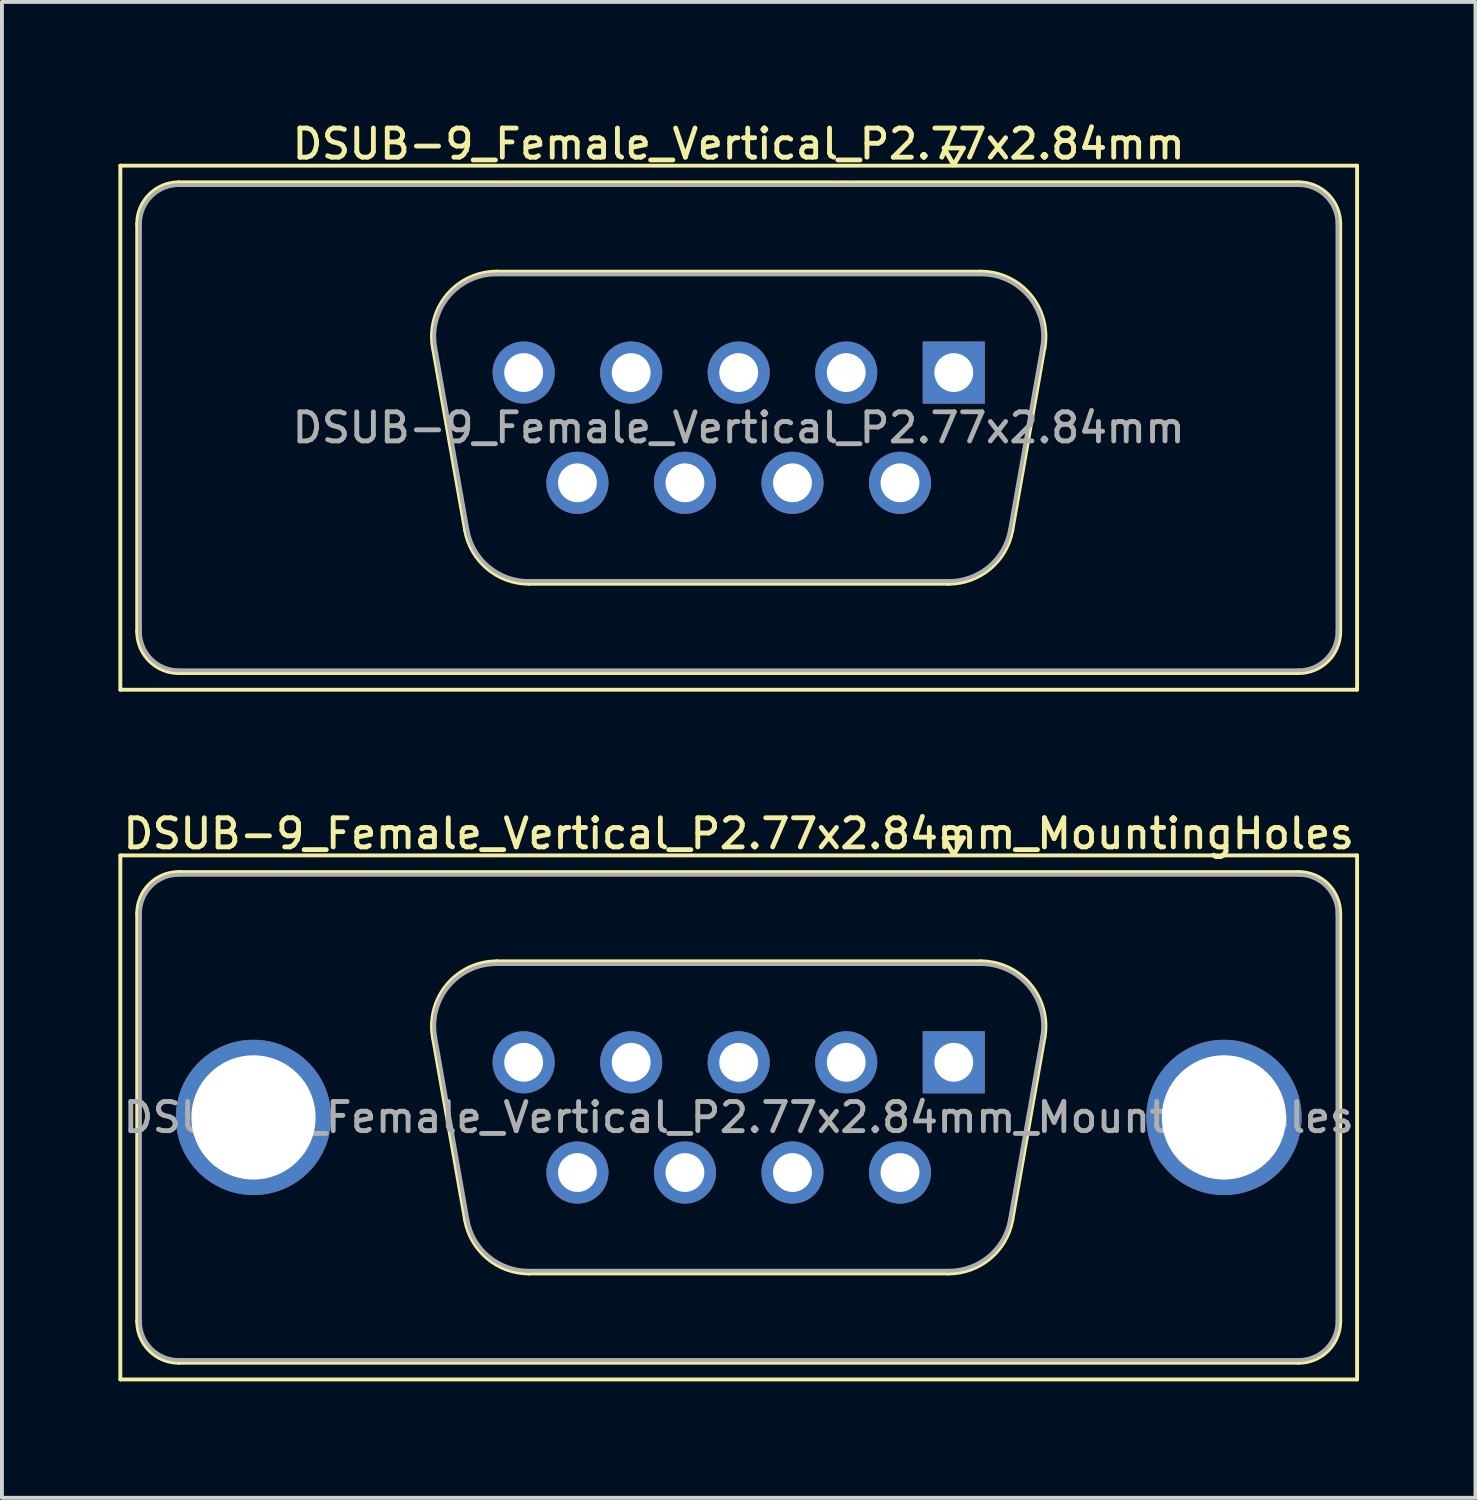
<source format=kicad_pcb>
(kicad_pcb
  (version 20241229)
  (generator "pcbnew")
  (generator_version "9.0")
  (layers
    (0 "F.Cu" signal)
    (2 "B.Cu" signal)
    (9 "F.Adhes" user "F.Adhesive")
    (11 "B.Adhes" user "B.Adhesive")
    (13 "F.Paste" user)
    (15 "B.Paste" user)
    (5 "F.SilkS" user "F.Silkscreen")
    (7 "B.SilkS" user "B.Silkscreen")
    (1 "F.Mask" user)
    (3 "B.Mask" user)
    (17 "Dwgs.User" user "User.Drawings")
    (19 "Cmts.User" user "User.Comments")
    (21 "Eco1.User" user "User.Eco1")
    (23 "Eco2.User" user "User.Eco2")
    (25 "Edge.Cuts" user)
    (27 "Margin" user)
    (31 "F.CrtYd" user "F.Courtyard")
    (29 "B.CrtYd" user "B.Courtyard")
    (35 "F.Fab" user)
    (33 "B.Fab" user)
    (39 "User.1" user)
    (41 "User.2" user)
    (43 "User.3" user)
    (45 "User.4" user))
  (footprint "DSUB-9_Female_Vertical_P2.77x2.84mm"
    (layer "F.Cu")
    (at 21.52 6.548)
    (property "Reference" "DSUB-9_Female_Vertical_P2.77x2.84mm" (at -5.54 -5.89 0) (layer "F.SilkS") (effects (font (size 0.75 0.75) (thickness 0.125))))
    (attr through_hole)
    (fp_line (start -21.47 -5.33) (end -21.47 8.17) (stroke (width 0.1) (type solid)) (layer "F.SilkS"))
    (fp_line (start -21.47 8.17) (end 10.39 8.17) (stroke (width 0.1) (type solid)) (layer "F.SilkS"))
    (fp_line (start -21.025 6.67) (end -21.025 -3.83) (stroke (width 0.12) (type solid)) (layer "F.SilkS"))
    (fp_line (start -19.965 -4.89) (end 8.885 -4.89) (stroke (width 0.12) (type solid)) (layer "F.SilkS"))
    (fp_line (start -13.406 -0.642) (end -12.578 4.058) (stroke (width 0.12) (type solid)) (layer "F.SilkS"))
    (fp_line (start -11.772 -2.59) (end 0.692 -2.59) (stroke (width 0.12) (type solid)) (layer "F.SilkS"))
    (fp_line (start -10.943 5.43) (end -0.137 5.43) (stroke (width 0.12) (type solid)) (layer "F.SilkS"))
    (fp_line (start -0.25 -5.784) (end 0.25 -5.784) (stroke (width 0.12) (type solid)) (layer "F.SilkS"))
    (fp_line (start 0 -5.351) (end -0.25 -5.784) (stroke (width 0.12) (type solid)) (layer "F.SilkS"))
    (fp_line (start 0.25 -5.784) (end 0 -5.351) (stroke (width 0.12) (type solid)) (layer "F.SilkS"))
    (fp_line (start 2.326 -0.642) (end 1.498 4.058) (stroke (width 0.12) (type solid)) (layer "F.SilkS"))
    (fp_line (start 8.885 7.73) (end -19.965 7.73) (stroke (width 0.12) (type solid)) (layer "F.SilkS"))
    (fp_line (start 9.945 -3.83) (end 9.945 6.67) (stroke (width 0.12) (type solid)) (layer "F.SilkS"))
    (fp_line (start 10.39 -5.33) (end -21.47 -5.33) (stroke (width 0.1) (type solid)) (layer "F.SilkS"))
    (fp_line (start 10.39 8.17) (end 10.39 -5.33) (stroke (width 0.1) (type solid)) (layer "F.SilkS"))
    (fp_arc (start -21.025 -3.83) (mid -20.714533 -4.579533) (end -19.965 -4.89) (stroke (width 0.12) (type solid)) (layer "F.SilkS"))
    (fp_arc (start -19.965 7.73) (mid -20.714533 7.419533) (end -21.025 6.67) (stroke (width 0.12) (type solid)) (layer "F.SilkS"))
    (fp_arc (start -13.40647 -0.641744) (mid -13.043323 -1.997027) (end -11.771689 -2.59) (stroke (width 0.12) (type solid)) (layer "F.SilkS"))
    (fp_arc (start -10.942952 5.43) (mid -12.00998 5.041634) (end -12.577733 4.058256) (stroke (width 0.12) (type solid)) (layer "F.SilkS"))
    (fp_arc (start 0.691689 -2.59) (mid 1.963323 -1.997027) (end 2.32647 -0.641744) (stroke (width 0.12) (type solid)) (layer "F.SilkS"))
    (fp_arc (start 1.497733 4.058256) (mid 0.92998 5.041634) (end -0.137048 5.43) (stroke (width 0.12) (type solid)) (layer "F.SilkS"))
    (fp_arc (start 8.885 -4.89) (mid 9.634533 -4.579533) (end 9.945 -3.83) (stroke (width 0.12) (type solid)) (layer "F.SilkS"))
    (fp_arc (start 9.945 6.67) (mid 9.634533 7.419533) (end 8.885 7.73) (stroke (width 0.12) (type solid)) (layer "F.SilkS"))
    (fp_line (start -20.965 6.67) (end -20.965 -3.83) (stroke (width 0.1) (type solid)) (layer "F.Fab"))
    (fp_line (start -19.965 -4.83) (end 8.885 -4.83) (stroke (width 0.1) (type solid)) (layer "F.Fab"))
    (fp_line (start -13.359 -0.652) (end -12.53 4.048) (stroke (width 0.1) (type solid)) (layer "F.Fab"))
    (fp_line (start -11.783 -2.53) (end 0.703 -2.53) (stroke (width 0.1) (type solid)) (layer "F.Fab"))
    (fp_line (start -10.954 5.37) (end -0.126 5.37) (stroke (width 0.1) (type solid)) (layer "F.Fab"))
    (fp_line (start 2.279 -0.652) (end 1.45 4.048) (stroke (width 0.1) (type solid)) (layer "F.Fab"))
    (fp_line (start 8.885 7.67) (end -19.965 7.67) (stroke (width 0.1) (type solid)) (layer "F.Fab"))
    (fp_line (start 9.885 -3.83) (end 9.885 6.67) (stroke (width 0.1) (type solid)) (layer "F.Fab"))
    (fp_arc (start -20.965 -3.83) (mid -20.672107 -4.537107) (end -19.965 -4.83) (stroke (width 0.1) (type solid)) (layer "F.Fab"))
    (fp_arc (start -19.965 7.67) (mid -20.672107 7.377107) (end -20.965 6.67) (stroke (width 0.1) (type solid)) (layer "F.Fab"))
    (fp_arc (start -13.358887 -0.652163) (mid -13.008865 -1.95846) (end -11.783194 -2.53) (stroke (width 0.1) (type solid)) (layer "F.Fab"))
    (fp_arc (start -10.954457 5.37) (mid -11.982918 4.995671) (end -12.53015 4.047837) (stroke (width 0.1) (type solid)) (layer "F.Fab"))
    (fp_arc (start 0.703194 -2.53) (mid 1.928865 -1.95846) (end 2.278887 -0.652163) (stroke (width 0.1) (type solid)) (layer "F.Fab"))
    (fp_arc (start 1.45015 4.047837) (mid 0.902918 4.995671) (end -0.125543 5.37) (stroke (width 0.1) (type solid)) (layer "F.Fab"))
    (fp_arc (start 8.885 -4.83) (mid 9.592107 -4.537107) (end 9.885 -3.83) (stroke (width 0.1) (type solid)) (layer "F.Fab"))
    (fp_arc (start 9.885 6.67) (mid 9.592107 7.377107) (end 8.885 7.67) (stroke (width 0.1) (type solid)) (layer "F.Fab"))
    (fp_text user "${REFERENCE}" (at -5.54 1.42 0) (layer "F.Fab") (effects (font (size 0.75 0.75) (thickness 0.125))))
    (pad "1" thru_hole rect (at 0 0) (size 1.6 1.6) (drill 1) (layers "*.Cu" "*.Mask"))
    (pad "2" thru_hole circle (at -2.77 0) (size 1.6 1.6) (drill 1) (layers "*.Cu" "*.Mask"))
    (pad "3" thru_hole circle (at -5.54 0) (size 1.6 1.6) (drill 1) (layers "*.Cu" "*.Mask"))
    (pad "4" thru_hole circle (at -8.31 0) (size 1.6 1.6) (drill 1) (layers "*.Cu" "*.Mask"))
    (pad "5" thru_hole circle (at -11.08 0) (size 1.6 1.6) (drill 1) (layers "*.Cu" "*.Mask"))
    (pad "6" thru_hole circle (at -1.385 2.84) (size 1.6 1.6) (drill 1) (layers "*.Cu" "*.Mask"))
    (pad "7" thru_hole circle (at -4.155 2.84) (size 1.6 1.6) (drill 1) (layers "*.Cu" "*.Mask"))
    (pad "8" thru_hole circle (at -6.925 2.84) (size 1.6 1.6) (drill 1) (layers "*.Cu" "*.Mask"))
    (pad "9" thru_hole circle (at -9.695 2.84) (size 1.6 1.6) (drill 1) (layers "*.Cu" "*.Mask")))
  (footprint "DSUB-9_Female_Vertical_P2.77x2.84mm_MountingHoles"
    (layer "F.Cu")
    (at 21.52 24.316)
    (property "Reference" "DSUB-9_Female_Vertical_P2.77x2.84mm_MountingHoles" (at -5.54 -5.89 0) (layer "F.SilkS") (effects (font (size 0.75 0.75) (thickness 0.125))))
    (attr through_hole)
    (fp_line (start -21.47 -5.33) (end -21.47 8.17) (stroke (width 0.1) (type solid)) (layer "F.SilkS"))
    (fp_line (start -21.47 8.17) (end 10.39 8.17) (stroke (width 0.1) (type solid)) (layer "F.SilkS"))
    (fp_line (start -21.025 6.67) (end -21.025 -3.83) (stroke (width 0.12) (type solid)) (layer "F.SilkS"))
    (fp_line (start -19.965 -4.89) (end 8.885 -4.89) (stroke (width 0.12) (type solid)) (layer "F.SilkS"))
    (fp_line (start -13.406 -0.642) (end -12.578 4.058) (stroke (width 0.12) (type solid)) (layer "F.SilkS"))
    (fp_line (start -11.772 -2.59) (end 0.692 -2.59) (stroke (width 0.12) (type solid)) (layer "F.SilkS"))
    (fp_line (start -10.943 5.43) (end -0.137 5.43) (stroke (width 0.12) (type solid)) (layer "F.SilkS"))
    (fp_line (start -0.25 -5.784) (end 0.25 -5.784) (stroke (width 0.12) (type solid)) (layer "F.SilkS"))
    (fp_line (start 0 -5.351) (end -0.25 -5.784) (stroke (width 0.12) (type solid)) (layer "F.SilkS"))
    (fp_line (start 0.25 -5.784) (end 0 -5.351) (stroke (width 0.12) (type solid)) (layer "F.SilkS"))
    (fp_line (start 2.326 -0.642) (end 1.498 4.058) (stroke (width 0.12) (type solid)) (layer "F.SilkS"))
    (fp_line (start 8.885 7.73) (end -19.965 7.73) (stroke (width 0.12) (type solid)) (layer "F.SilkS"))
    (fp_line (start 9.945 -3.83) (end 9.945 6.67) (stroke (width 0.12) (type solid)) (layer "F.SilkS"))
    (fp_line (start 10.39 -5.33) (end -21.47 -5.33) (stroke (width 0.1) (type solid)) (layer "F.SilkS"))
    (fp_line (start 10.39 8.17) (end 10.39 -5.33) (stroke (width 0.1) (type solid)) (layer "F.SilkS"))
    (fp_arc (start -21.025 -3.83) (mid -20.714533 -4.579533) (end -19.965 -4.89) (stroke (width 0.12) (type solid)) (layer "F.SilkS"))
    (fp_arc (start -19.965 7.73) (mid -20.714533 7.419533) (end -21.025 6.67) (stroke (width 0.12) (type solid)) (layer "F.SilkS"))
    (fp_arc (start -13.40647 -0.641744) (mid -13.043323 -1.997027) (end -11.771689 -2.59) (stroke (width 0.12) (type solid)) (layer "F.SilkS"))
    (fp_arc (start -10.942952 5.43) (mid -12.00998 5.041634) (end -12.577733 4.058256) (stroke (width 0.12) (type solid)) (layer "F.SilkS"))
    (fp_arc (start 0.691689 -2.59) (mid 1.963323 -1.997027) (end 2.32647 -0.641744) (stroke (width 0.12) (type solid)) (layer "F.SilkS"))
    (fp_arc (start 1.497733 4.058256) (mid 0.92998 5.041634) (end -0.137048 5.43) (stroke (width 0.12) (type solid)) (layer "F.SilkS"))
    (fp_arc (start 8.885 -4.89) (mid 9.634533 -4.579533) (end 9.945 -3.83) (stroke (width 0.12) (type solid)) (layer "F.SilkS"))
    (fp_arc (start 9.945 6.67) (mid 9.634533 7.419533) (end 8.885 7.73) (stroke (width 0.12) (type solid)) (layer "F.SilkS"))
    (fp_line (start -20.965 6.67) (end -20.965 -3.83) (stroke (width 0.1) (type solid)) (layer "F.Fab"))
    (fp_line (start -19.965 -4.83) (end 8.885 -4.83) (stroke (width 0.1) (type solid)) (layer "F.Fab"))
    (fp_line (start -13.359 -0.652) (end -12.53 4.048) (stroke (width 0.1) (type solid)) (layer "F.Fab"))
    (fp_line (start -11.783 -2.53) (end 0.703 -2.53) (stroke (width 0.1) (type solid)) (layer "F.Fab"))
    (fp_line (start -10.954 5.37) (end -0.126 5.37) (stroke (width 0.1) (type solid)) (layer "F.Fab"))
    (fp_line (start 2.279 -0.652) (end 1.45 4.048) (stroke (width 0.1) (type solid)) (layer "F.Fab"))
    (fp_line (start 8.885 7.67) (end -19.965 7.67) (stroke (width 0.1) (type solid)) (layer "F.Fab"))
    (fp_line (start 9.885 -3.83) (end 9.885 6.67) (stroke (width 0.1) (type solid)) (layer "F.Fab"))
    (fp_arc (start -20.965 -3.83) (mid -20.672107 -4.537107) (end -19.965 -4.83) (stroke (width 0.1) (type solid)) (layer "F.Fab"))
    (fp_arc (start -19.965 7.67) (mid -20.672107 7.377107) (end -20.965 6.67) (stroke (width 0.1) (type solid)) (layer "F.Fab"))
    (fp_arc (start -13.358887 -0.652163) (mid -13.008865 -1.95846) (end -11.783194 -2.53) (stroke (width 0.1) (type solid)) (layer "F.Fab"))
    (fp_arc (start -10.954457 5.37) (mid -11.982918 4.995671) (end -12.53015 4.047837) (stroke (width 0.1) (type solid)) (layer "F.Fab"))
    (fp_arc (start 0.703194 -2.53) (mid 1.928865 -1.95846) (end 2.278887 -0.652163) (stroke (width 0.1) (type solid)) (layer "F.Fab"))
    (fp_arc (start 1.45015 4.047837) (mid 0.902918 4.995671) (end -0.125543 5.37) (stroke (width 0.1) (type solid)) (layer "F.Fab"))
    (fp_arc (start 8.885 -4.83) (mid 9.592107 -4.537107) (end 9.885 -3.83) (stroke (width 0.1) (type solid)) (layer "F.Fab"))
    (fp_arc (start 9.885 6.67) (mid 9.592107 7.377107) (end 8.885 7.67) (stroke (width 0.1) (type solid)) (layer "F.Fab"))
    (fp_text user "${REFERENCE}" (at -5.54 1.42 0) (layer "F.Fab") (effects (font (size 0.75 0.75) (thickness 0.125))))
    (pad "0" thru_hole circle (at -18.04 1.42) (size 4 4) (drill 3.2) (layers "*.Cu" "*.Mask"))
    (pad "0" thru_hole circle (at 6.96 1.42) (size 4 4) (drill 3.2) (layers "*.Cu" "*.Mask"))
    (pad "1" thru_hole rect (at 0 0) (size 1.6 1.6) (drill 1) (layers "*.Cu" "*.Mask"))
    (pad "2" thru_hole circle (at -2.77 0) (size 1.6 1.6) (drill 1) (layers "*.Cu" "*.Mask"))
    (pad "3" thru_hole circle (at -5.54 0) (size 1.6 1.6) (drill 1) (layers "*.Cu" "*.Mask"))
    (pad "4" thru_hole circle (at -8.31 0) (size 1.6 1.6) (drill 1) (layers "*.Cu" "*.Mask"))
    (pad "5" thru_hole circle (at -11.08 0) (size 1.6 1.6) (drill 1) (layers "*.Cu" "*.Mask"))
    (pad "6" thru_hole circle (at -1.385 2.84) (size 1.6 1.6) (drill 1) (layers "*.Cu" "*.Mask"))
    (pad "7" thru_hole circle (at -4.155 2.84) (size 1.6 1.6) (drill 1) (layers "*.Cu" "*.Mask"))
    (pad "8" thru_hole circle (at -6.925 2.84) (size 1.6 1.6) (drill 1) (layers "*.Cu" "*.Mask"))
    (pad "9" thru_hole circle (at -9.695 2.84) (size 1.6 1.6) (drill 1) (layers "*.Cu" "*.Mask")))
  (gr_rect
    (start -3 -3)
    (end 34.96 35.536)
    (stroke (width 0.1) (type default))
    (fill no)
    (layer "Edge.Cuts")))
</source>
